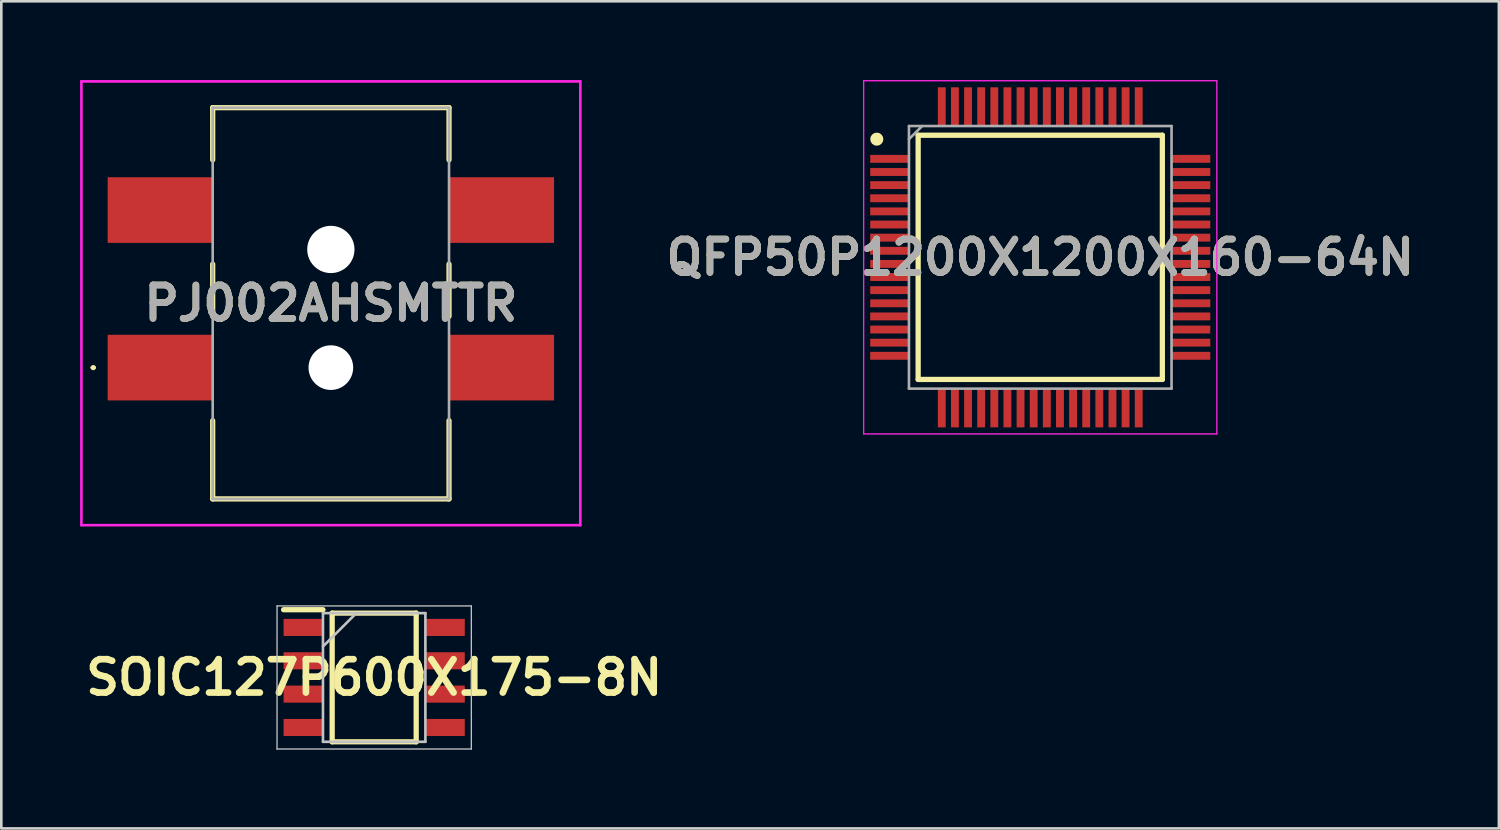
<source format=kicad_pcb>
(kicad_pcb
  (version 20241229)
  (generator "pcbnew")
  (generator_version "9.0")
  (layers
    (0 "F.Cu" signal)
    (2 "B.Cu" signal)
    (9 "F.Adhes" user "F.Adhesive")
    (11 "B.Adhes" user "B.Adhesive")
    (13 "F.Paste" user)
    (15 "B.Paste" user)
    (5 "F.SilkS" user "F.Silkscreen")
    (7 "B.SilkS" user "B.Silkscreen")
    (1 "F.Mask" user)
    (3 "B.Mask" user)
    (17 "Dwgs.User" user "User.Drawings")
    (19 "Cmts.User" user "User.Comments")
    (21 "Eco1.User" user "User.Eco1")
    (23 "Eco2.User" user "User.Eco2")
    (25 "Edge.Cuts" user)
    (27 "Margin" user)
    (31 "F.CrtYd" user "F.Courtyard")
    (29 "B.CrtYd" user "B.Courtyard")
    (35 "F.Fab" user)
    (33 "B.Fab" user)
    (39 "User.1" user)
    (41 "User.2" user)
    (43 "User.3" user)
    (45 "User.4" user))
  (footprint "SOIC127P600X175-8N"
    (layer "F.Cu")
    (at 11.2 22.75)
    (property "Reference" "SOIC127P600X175-8N" (at 0 0 0) (layer "F.SilkS") (effects (font (size 1.27 1.27) (thickness 0.254))))
    (attr smd)
    (fp_line (start -3.45 -2.58) (end -1.95 -2.58) (stroke (width 0.2) (type solid)) (layer "F.SilkS"))
    (fp_line (start -1.6 -2.45) (end 1.6 -2.45) (stroke (width 0.2) (type solid)) (layer "F.SilkS"))
    (fp_line (start -1.6 2.45) (end -1.6 -2.45) (stroke (width 0.2) (type solid)) (layer "F.SilkS"))
    (fp_line (start 1.6 -2.45) (end 1.6 2.45) (stroke (width 0.2) (type solid)) (layer "F.SilkS"))
    (fp_line (start 1.6 2.45) (end -1.6 2.45) (stroke (width 0.2) (type solid)) (layer "F.SilkS"))
    (fp_line (start -3.7 -2.725) (end 3.7 -2.725) (stroke (width 0.05) (type solid)) (layer "Dwgs.User"))
    (fp_line (start -3.7 2.725) (end -3.7 -2.725) (stroke (width 0.05) (type solid)) (layer "Dwgs.User"))
    (fp_line (start -1.95 -2.45) (end 1.95 -2.45) (stroke (width 0.1) (type solid)) (layer "Dwgs.User"))
    (fp_line (start -1.95 -1.18) (end -0.68 -2.45) (stroke (width 0.1) (type solid)) (layer "Dwgs.User"))
    (fp_line (start -1.95 2.45) (end -1.95 -2.45) (stroke (width 0.1) (type solid)) (layer "Dwgs.User"))
    (fp_line (start 1.95 -2.45) (end 1.95 2.45) (stroke (width 0.1) (type solid)) (layer "Dwgs.User"))
    (fp_line (start 1.95 2.45) (end -1.95 2.45) (stroke (width 0.1) (type solid)) (layer "Dwgs.User"))
    (fp_line (start 3.7 -2.725) (end 3.7 2.725) (stroke (width 0.05) (type solid)) (layer "Dwgs.User"))
    (fp_line (start 3.7 2.725) (end -3.7 2.725) (stroke (width 0.05) (type solid)) (layer "Dwgs.User"))
    (pad "1" smd rect (at -2.7 -1.905 90) (size 0.65 1.5) (layers "F.Cu" "F.Mask" "F.Paste"))
    (pad "2" smd rect (at -2.7 -0.635 90) (size 0.65 1.5) (layers "F.Cu" "F.Mask" "F.Paste"))
    (pad "3" smd rect (at -2.7 0.635 90) (size 0.65 1.5) (layers "F.Cu" "F.Mask" "F.Paste"))
    (pad "4" smd rect (at -2.7 1.905 90) (size 0.65 1.5) (layers "F.Cu" "F.Mask" "F.Paste"))
    (pad "5" smd rect (at 2.7 1.905 90) (size 0.65 1.5) (layers "F.Cu" "F.Mask" "F.Paste"))
    (pad "6" smd rect (at 2.7 0.635 90) (size 0.65 1.5) (layers "F.Cu" "F.Mask" "F.Paste"))
    (pad "7" smd rect (at 2.7 -0.635 90) (size 0.65 1.5) (layers "F.Cu" "F.Mask" "F.Paste"))
    (pad "8" smd rect (at 2.7 -1.905 90) (size 0.65 1.5) (layers "F.Cu" "F.Mask" "F.Paste")))
  (footprint "QFP50P1200X1200X160-64N"
    (layer "F.Cu")
    (at 36.566 6.75)
    (property "Reference" "QFP50P1200X1200X160-64N" (at 0 0 0) (layer "F.SilkS") (effects (font (size 1.27 1.27) (thickness 0.254))))
    (attr smd)
    (fp_line (start -4.65 -4.65) (end 4.65 -4.65) (stroke (width 0.2) (type solid)) (layer "F.SilkS"))
    (fp_line (start -4.65 4.65) (end -4.65 -4.65) (stroke (width 0.2) (type solid)) (layer "F.SilkS"))
    (fp_line (start 4.65 -4.65) (end 4.65 4.65) (stroke (width 0.2) (type solid)) (layer "F.SilkS"))
    (fp_line (start 4.65 4.65) (end -4.65 4.65) (stroke (width 0.2) (type solid)) (layer "F.SilkS"))
    (fp_circle (center -6.225 -4.5) (end -6.225 -4.375) (stroke (width 0.25) (type solid)) (fill no) (layer "F.SilkS"))
    (fp_line (start -6.725 -6.725) (end 6.725 -6.725) (stroke (width 0.05) (type solid)) (layer "F.CrtYd"))
    (fp_line (start -6.725 6.725) (end -6.725 -6.725) (stroke (width 0.05) (type solid)) (layer "F.CrtYd"))
    (fp_line (start 6.725 -6.725) (end 6.725 6.725) (stroke (width 0.05) (type solid)) (layer "F.CrtYd"))
    (fp_line (start 6.725 6.725) (end -6.725 6.725) (stroke (width 0.05) (type solid)) (layer "F.CrtYd"))
    (fp_line (start -5 -5) (end 5 -5) (stroke (width 0.1) (type solid)) (layer "F.Fab"))
    (fp_line (start -5 -4.5) (end -4.5 -5) (stroke (width 0.1) (type solid)) (layer "F.Fab"))
    (fp_line (start -5 5) (end -5 -5) (stroke (width 0.1) (type solid)) (layer "F.Fab"))
    (fp_line (start 5 -5) (end 5 5) (stroke (width 0.1) (type solid)) (layer "F.Fab"))
    (fp_line (start 5 5) (end -5 5) (stroke (width 0.1) (type solid)) (layer "F.Fab"))
    (fp_text user "${REFERENCE}" (at 0 0 0) (layer "F.Fab") (effects (font (size 1.27 1.27) (thickness 0.254))))
    (pad "1" smd rect (at -5.738 -3.75 90) (size 0.3 1.475) (layers "F.Cu" "F.Mask" "F.Paste"))
    (pad "2" smd rect (at -5.738 -3.25 90) (size 0.3 1.475) (layers "F.Cu" "F.Mask" "F.Paste"))
    (pad "3" smd rect (at -5.738 -2.75 90) (size 0.3 1.475) (layers "F.Cu" "F.Mask" "F.Paste"))
    (pad "4" smd rect (at -5.738 -2.25 90) (size 0.3 1.475) (layers "F.Cu" "F.Mask" "F.Paste"))
    (pad "5" smd rect (at -5.738 -1.75 90) (size 0.3 1.475) (layers "F.Cu" "F.Mask" "F.Paste"))
    (pad "6" smd rect (at -5.738 -1.25 90) (size 0.3 1.475) (layers "F.Cu" "F.Mask" "F.Paste"))
    (pad "7" smd rect (at -5.738 -0.75 90) (size 0.3 1.475) (layers "F.Cu" "F.Mask" "F.Paste"))
    (pad "8" smd rect (at -5.738 -0.25 90) (size 0.3 1.475) (layers "F.Cu" "F.Mask" "F.Paste"))
    (pad "9" smd rect (at -5.738 0.25 90) (size 0.3 1.475) (layers "F.Cu" "F.Mask" "F.Paste"))
    (pad "10" smd rect (at -5.738 0.75 90) (size 0.3 1.475) (layers "F.Cu" "F.Mask" "F.Paste"))
    (pad "11" smd rect (at -5.738 1.25 90) (size 0.3 1.475) (layers "F.Cu" "F.Mask" "F.Paste"))
    (pad "12" smd rect (at -5.738 1.75 90) (size 0.3 1.475) (layers "F.Cu" "F.Mask" "F.Paste"))
    (pad "13" smd rect (at -5.738 2.25 90) (size 0.3 1.475) (layers "F.Cu" "F.Mask" "F.Paste"))
    (pad "14" smd rect (at -5.738 2.75 90) (size 0.3 1.475) (layers "F.Cu" "F.Mask" "F.Paste"))
    (pad "15" smd rect (at -5.738 3.25 90) (size 0.3 1.475) (layers "F.Cu" "F.Mask" "F.Paste"))
    (pad "16" smd rect (at -5.738 3.75 90) (size 0.3 1.475) (layers "F.Cu" "F.Mask" "F.Paste"))
    (pad "17" smd rect (at -3.75 5.738) (size 0.3 1.475) (layers "F.Cu" "F.Mask" "F.Paste"))
    (pad "18" smd rect (at -3.25 5.738) (size 0.3 1.475) (layers "F.Cu" "F.Mask" "F.Paste"))
    (pad "19" smd rect (at -2.75 5.738) (size 0.3 1.475) (layers "F.Cu" "F.Mask" "F.Paste"))
    (pad "20" smd rect (at -2.25 5.738) (size 0.3 1.475) (layers "F.Cu" "F.Mask" "F.Paste"))
    (pad "21" smd rect (at -1.75 5.738) (size 0.3 1.475) (layers "F.Cu" "F.Mask" "F.Paste"))
    (pad "22" smd rect (at -1.25 5.738) (size 0.3 1.475) (layers "F.Cu" "F.Mask" "F.Paste"))
    (pad "23" smd rect (at -0.75 5.738) (size 0.3 1.475) (layers "F.Cu" "F.Mask" "F.Paste"))
    (pad "24" smd rect (at -0.25 5.738) (size 0.3 1.475) (layers "F.Cu" "F.Mask" "F.Paste"))
    (pad "25" smd rect (at 0.25 5.738) (size 0.3 1.475) (layers "F.Cu" "F.Mask" "F.Paste"))
    (pad "26" smd rect (at 0.75 5.738) (size 0.3 1.475) (layers "F.Cu" "F.Mask" "F.Paste"))
    (pad "27" smd rect (at 1.25 5.738) (size 0.3 1.475) (layers "F.Cu" "F.Mask" "F.Paste"))
    (pad "28" smd rect (at 1.75 5.738) (size 0.3 1.475) (layers "F.Cu" "F.Mask" "F.Paste"))
    (pad "29" smd rect (at 2.25 5.738) (size 0.3 1.475) (layers "F.Cu" "F.Mask" "F.Paste"))
    (pad "30" smd rect (at 2.75 5.738) (size 0.3 1.475) (layers "F.Cu" "F.Mask" "F.Paste"))
    (pad "31" smd rect (at 3.25 5.738) (size 0.3 1.475) (layers "F.Cu" "F.Mask" "F.Paste"))
    (pad "32" smd rect (at 3.75 5.738) (size 0.3 1.475) (layers "F.Cu" "F.Mask" "F.Paste"))
    (pad "33" smd rect (at 5.738 3.75 90) (size 0.3 1.475) (layers "F.Cu" "F.Mask" "F.Paste"))
    (pad "34" smd rect (at 5.738 3.25 90) (size 0.3 1.475) (layers "F.Cu" "F.Mask" "F.Paste"))
    (pad "35" smd rect (at 5.738 2.75 90) (size 0.3 1.475) (layers "F.Cu" "F.Mask" "F.Paste"))
    (pad "36" smd rect (at 5.738 2.25 90) (size 0.3 1.475) (layers "F.Cu" "F.Mask" "F.Paste"))
    (pad "37" smd rect (at 5.738 1.75 90) (size 0.3 1.475) (layers "F.Cu" "F.Mask" "F.Paste"))
    (pad "38" smd rect (at 5.738 1.25 90) (size 0.3 1.475) (layers "F.Cu" "F.Mask" "F.Paste"))
    (pad "39" smd rect (at 5.738 0.75 90) (size 0.3 1.475) (layers "F.Cu" "F.Mask" "F.Paste"))
    (pad "40" smd rect (at 5.738 0.25 90) (size 0.3 1.475) (layers "F.Cu" "F.Mask" "F.Paste"))
    (pad "41" smd rect (at 5.738 -0.25 90) (size 0.3 1.475) (layers "F.Cu" "F.Mask" "F.Paste"))
    (pad "42" smd rect (at 5.738 -0.75 90) (size 0.3 1.475) (layers "F.Cu" "F.Mask" "F.Paste"))
    (pad "43" smd rect (at 5.738 -1.25 90) (size 0.3 1.475) (layers "F.Cu" "F.Mask" "F.Paste"))
    (pad "44" smd rect (at 5.738 -1.75 90) (size 0.3 1.475) (layers "F.Cu" "F.Mask" "F.Paste"))
    (pad "45" smd rect (at 5.738 -2.25 90) (size 0.3 1.475) (layers "F.Cu" "F.Mask" "F.Paste"))
    (pad "46" smd rect (at 5.738 -2.75 90) (size 0.3 1.475) (layers "F.Cu" "F.Mask" "F.Paste"))
    (pad "47" smd rect (at 5.738 -3.25 90) (size 0.3 1.475) (layers "F.Cu" "F.Mask" "F.Paste"))
    (pad "48" smd rect (at 5.738 -3.75 90) (size 0.3 1.475) (layers "F.Cu" "F.Mask" "F.Paste"))
    (pad "49" smd rect (at 3.75 -5.738) (size 0.3 1.475) (layers "F.Cu" "F.Mask" "F.Paste"))
    (pad "50" smd rect (at 3.25 -5.738) (size 0.3 1.475) (layers "F.Cu" "F.Mask" "F.Paste"))
    (pad "51" smd rect (at 2.75 -5.738) (size 0.3 1.475) (layers "F.Cu" "F.Mask" "F.Paste"))
    (pad "52" smd rect (at 2.25 -5.738) (size 0.3 1.475) (layers "F.Cu" "F.Mask" "F.Paste"))
    (pad "53" smd rect (at 1.75 -5.738) (size 0.3 1.475) (layers "F.Cu" "F.Mask" "F.Paste"))
    (pad "54" smd rect (at 1.25 -5.738) (size 0.3 1.475) (layers "F.Cu" "F.Mask" "F.Paste"))
    (pad "55" smd rect (at 0.75 -5.738) (size 0.3 1.475) (layers "F.Cu" "F.Mask" "F.Paste"))
    (pad "56" smd rect (at 0.25 -5.738) (size 0.3 1.475) (layers "F.Cu" "F.Mask" "F.Paste"))
    (pad "57" smd rect (at -0.25 -5.738) (size 0.3 1.475) (layers "F.Cu" "F.Mask" "F.Paste"))
    (pad "58" smd rect (at -0.75 -5.738) (size 0.3 1.475) (layers "F.Cu" "F.Mask" "F.Paste"))
    (pad "59" smd rect (at -1.25 -5.738) (size 0.3 1.475) (layers "F.Cu" "F.Mask" "F.Paste"))
    (pad "60" smd rect (at -1.75 -5.738) (size 0.3 1.475) (layers "F.Cu" "F.Mask" "F.Paste"))
    (pad "61" smd rect (at -2.25 -5.738) (size 0.3 1.475) (layers "F.Cu" "F.Mask" "F.Paste"))
    (pad "62" smd rect (at -2.75 -5.738) (size 0.3 1.475) (layers "F.Cu" "F.Mask" "F.Paste"))
    (pad "63" smd rect (at -3.25 -5.738) (size 0.3 1.475) (layers "F.Cu" "F.Mask" "F.Paste"))
    (pad "64" smd rect (at -3.75 -5.738) (size 0.3 1.475) (layers "F.Cu" "F.Mask" "F.Paste")))
  (footprint "PJ002AHSMTTR"
    (layer "F.Cu")
    (at 9.55 8.5)
    (property "Reference" "PJ002AHSMTTR" (at 0 0 0) (layer "F.SilkS") (effects (font (size 1.27 1.27) (thickness 0.254))))
    (attr through_hole)
    (fp_line (start -9.1 2.45) (end -9.1 2.45) (stroke (width 0.1) (type solid)) (layer "F.SilkS"))
    (fp_line (start -9 2.45) (end -9 2.45) (stroke (width 0.1) (type solid)) (layer "F.SilkS"))
    (fp_line (start -4.5 -7.45) (end 4.5 -7.45) (stroke (width 0.2) (type solid)) (layer "F.SilkS"))
    (fp_line (start -4.5 -5.463) (end -4.5 -7.45) (stroke (width 0.2) (type solid)) (layer "F.SilkS"))
    (fp_line (start -4.5 -1.49) (end -4.5 0.497) (stroke (width 0.2) (type solid)) (layer "F.SilkS"))
    (fp_line (start -4.5 4.47) (end -4.5 7.45) (stroke (width 0.2) (type solid)) (layer "F.SilkS"))
    (fp_line (start -4.5 7.45) (end 4.5 7.45) (stroke (width 0.2) (type solid)) (layer "F.SilkS"))
    (fp_line (start 4.5 -7.45) (end 4.5 -5.463) (stroke (width 0.2) (type solid)) (layer "F.SilkS"))
    (fp_line (start 4.5 -1.49) (end 4.5 0.497) (stroke (width 0.2) (type solid)) (layer "F.SilkS"))
    (fp_line (start 4.5 7.45) (end 4.5 4.47) (stroke (width 0.2) (type solid)) (layer "F.SilkS"))
    (fp_arc (start -9.1 2.45) (mid -9.05 2.4) (end -9 2.45) (stroke (width 0.1) (type solid)) (layer "F.SilkS"))
    (fp_arc (start -9 2.45) (mid -9.05 2.5) (end -9.1 2.45) (stroke (width 0.1) (type solid)) (layer "F.SilkS"))
    (fp_line (start -9.5 -8.45) (end 9.5 -8.45) (stroke (width 0.1) (type solid)) (layer "F.CrtYd"))
    (fp_line (start -9.5 8.45) (end -9.5 -8.45) (stroke (width 0.1) (type solid)) (layer "F.CrtYd"))
    (fp_line (start 9.5 -8.45) (end 9.5 8.45) (stroke (width 0.1) (type solid)) (layer "F.CrtYd"))
    (fp_line (start 9.5 8.45) (end -9.5 8.45) (stroke (width 0.1) (type solid)) (layer "F.CrtYd"))
    (fp_line (start -4.5 -7.45) (end 4.5 -7.45) (stroke (width 0.1) (type solid)) (layer "F.Fab"))
    (fp_line (start -4.5 7.45) (end -4.5 -7.45) (stroke (width 0.1) (type solid)) (layer "F.Fab"))
    (fp_line (start 4.5 -7.45) (end 4.5 7.45) (stroke (width 0.1) (type solid)) (layer "F.Fab"))
    (fp_line (start 4.5 7.45) (end -4.5 7.45) (stroke (width 0.1) (type solid)) (layer "F.Fab"))
    (fp_text user "${REFERENCE}" (at 0 0 0) (layer "F.Fab") (effects (font (size 1.27 1.27) (thickness 0.254))))
    (pad "" np_thru_hole circle (at 0 -2.05) (size 1.8 1.8) (drill 1.8) (layers "*.Cu" "*.Mask"))
    (pad "" np_thru_hole circle (at 0 2.45) (size 1.7 1.7) (drill 1.7) (layers "*.Cu" "*.Mask"))
    (pad "1" smd rect (at -6.5 2.45 90) (size 2.5 4) (layers "F.Cu" "F.Mask" "F.Paste"))
    (pad "2" smd rect (at 6.5 2.45 90) (size 2.5 4) (layers "F.Cu" "F.Mask" "F.Paste"))
    (pad "3" smd rect (at 6.5 -3.55 90) (size 2.5 4) (layers "F.Cu" "F.Mask" "F.Paste"))
    (pad "A1" smd rect (at -6.5 -3.55 90) (size 2.5 4) (layers "F.Cu" "F.Mask" "F.Paste")))
  (gr_rect
    (start -3 -3)
    (end 54.032 28.5)
    (stroke (width 0.1) (type default))
    (fill no)
    (layer "Edge.Cuts")))
</source>
